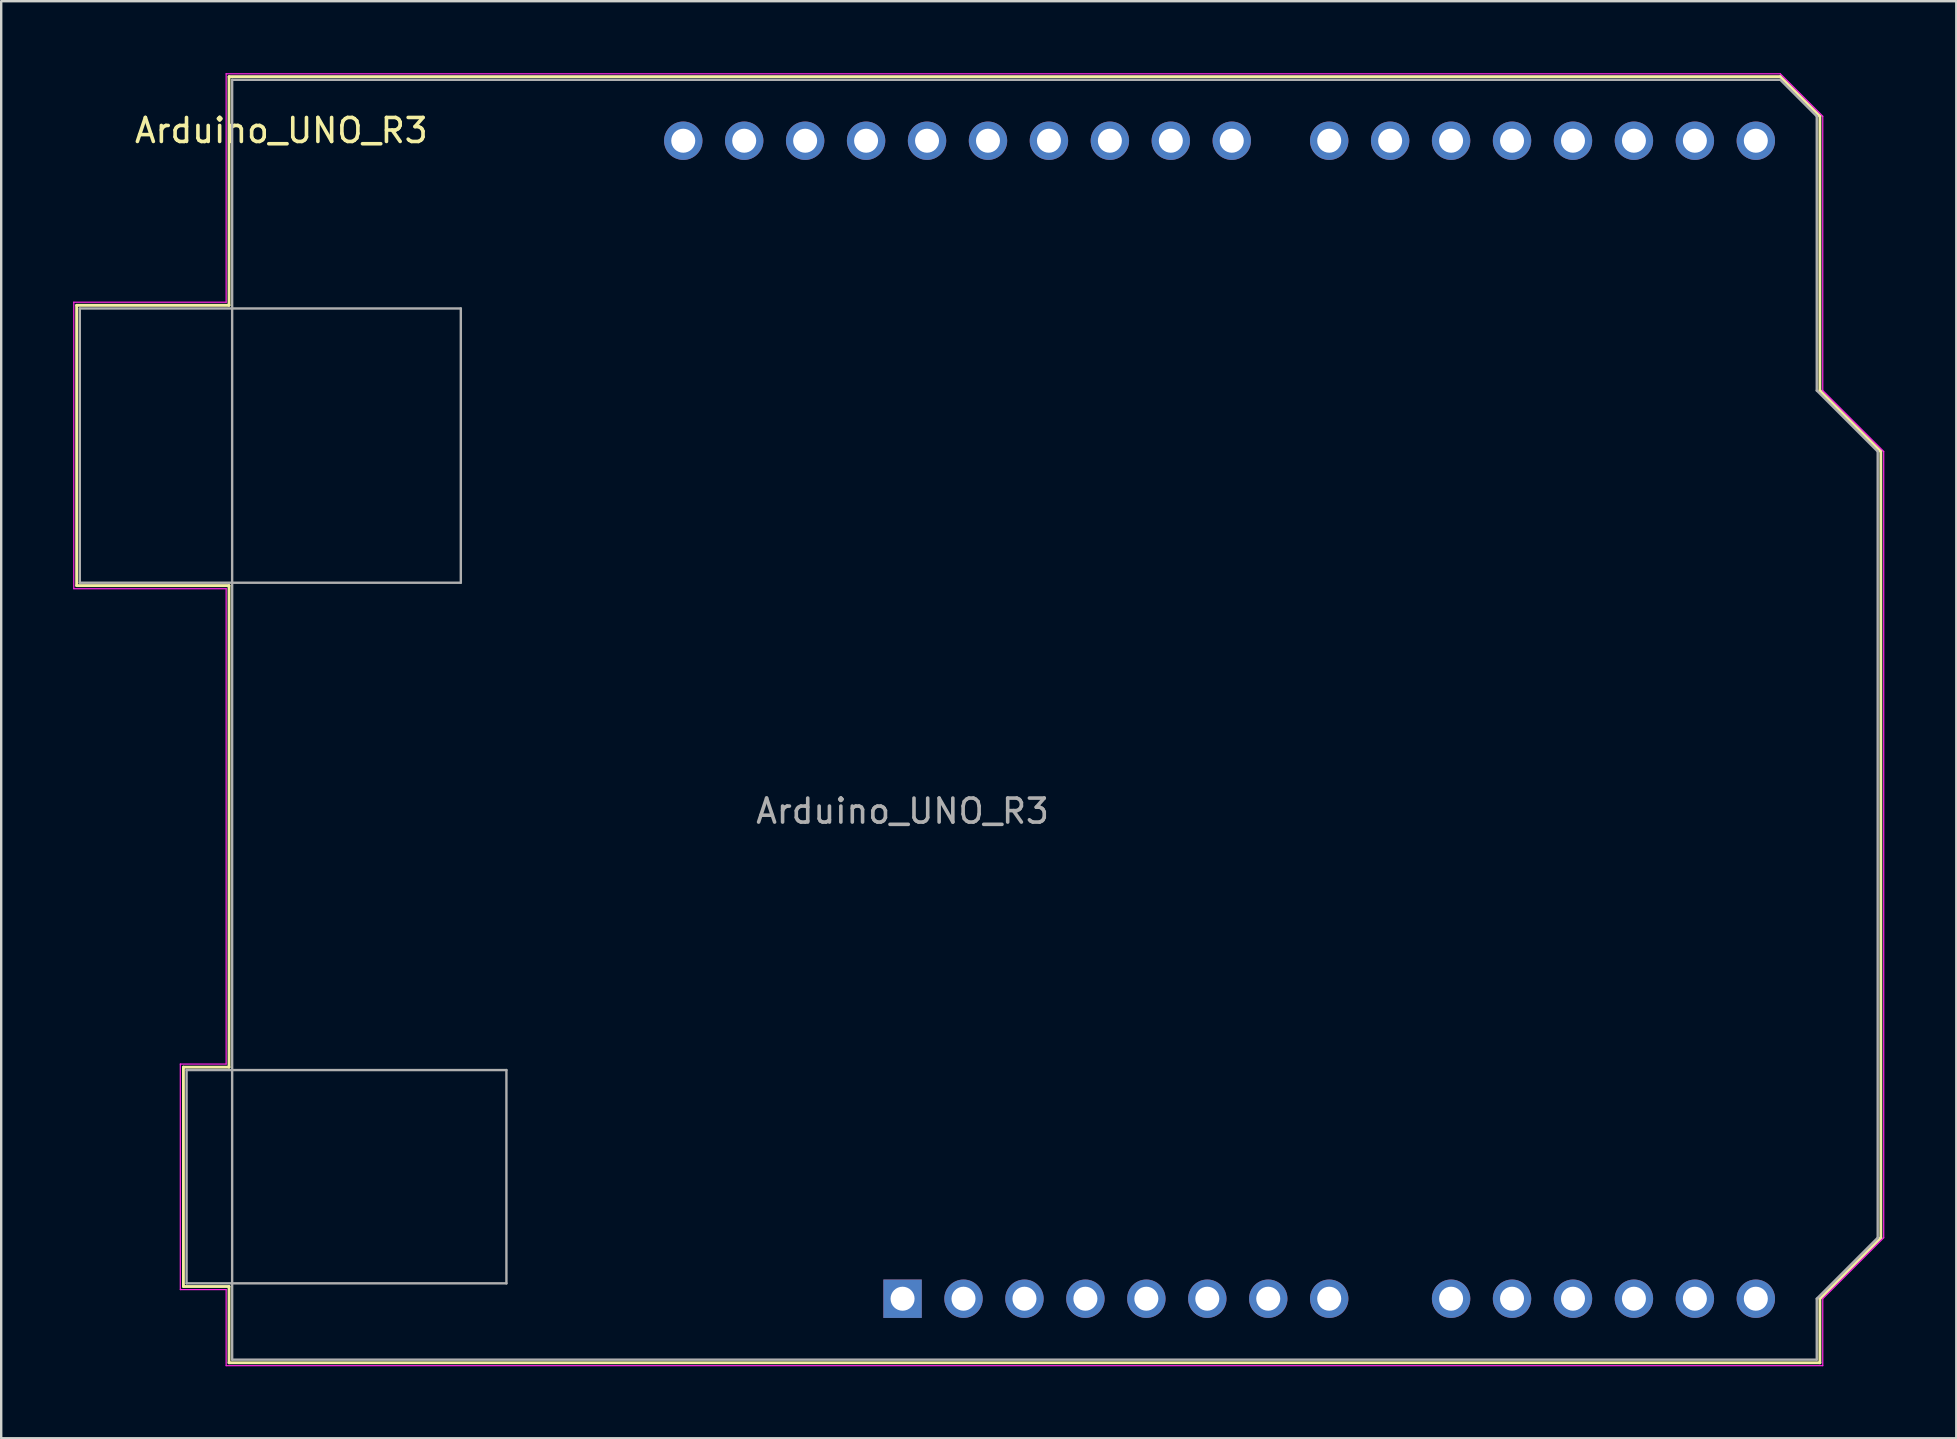
<source format=kicad_pcb>
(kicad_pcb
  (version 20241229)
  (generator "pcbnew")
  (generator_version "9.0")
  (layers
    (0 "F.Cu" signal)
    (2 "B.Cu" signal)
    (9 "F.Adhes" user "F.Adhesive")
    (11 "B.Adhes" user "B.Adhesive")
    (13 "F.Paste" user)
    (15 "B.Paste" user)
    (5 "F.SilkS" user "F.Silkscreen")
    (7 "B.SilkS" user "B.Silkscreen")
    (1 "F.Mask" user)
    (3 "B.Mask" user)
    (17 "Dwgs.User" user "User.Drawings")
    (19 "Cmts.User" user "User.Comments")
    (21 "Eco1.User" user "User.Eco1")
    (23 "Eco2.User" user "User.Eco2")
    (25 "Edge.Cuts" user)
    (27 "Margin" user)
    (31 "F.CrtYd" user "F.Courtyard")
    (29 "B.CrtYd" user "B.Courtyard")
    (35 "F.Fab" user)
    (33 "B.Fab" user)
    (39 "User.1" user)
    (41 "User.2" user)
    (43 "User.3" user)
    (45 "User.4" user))
  (footprint "Arduino_UNO_R3"
    (layer "F.Cu")
    (at 34.565 5.355)
    (property "Reference" "Arduino_UNO_R3" (at -25.89 -2.965 180) (layer "F.SilkS") (effects (font (size 1 1) (thickness 0.15))))
    (attr through_hole)
    (fp_line (start -34.42 4.32) (end -28.07 4.32) (stroke (width 0.12) (type solid)) (layer "F.SilkS"))
    (fp_line (start -34.42 16) (end -34.42 4.32) (stroke (width 0.12) (type solid)) (layer "F.SilkS"))
    (fp_line (start -29.97 36.07) (end -28.07 36.07) (stroke (width 0.12) (type solid)) (layer "F.SilkS"))
    (fp_line (start -29.97 45.21) (end -29.97 36.07) (stroke (width 0.12) (type solid)) (layer "F.SilkS"))
    (fp_line (start -28.07 -5.21) (end 36.58 -5.21) (stroke (width 0.12) (type solid)) (layer "F.SilkS"))
    (fp_line (start -28.07 4.32) (end -28.07 -5.21) (stroke (width 0.12) (type solid)) (layer "F.SilkS"))
    (fp_line (start -28.07 16) (end -34.42 16) (stroke (width 0.12) (type solid)) (layer "F.SilkS"))
    (fp_line (start -28.07 36.07) (end -28.07 16) (stroke (width 0.12) (type solid)) (layer "F.SilkS"))
    (fp_line (start -28.07 45.21) (end -29.97 45.21) (stroke (width 0.12) (type solid)) (layer "F.SilkS"))
    (fp_line (start -28.07 48.39) (end -28.07 45.21) (stroke (width 0.12) (type solid)) (layer "F.SilkS"))
    (fp_line (start 36.58 -5.21) (end 38.23 -3.56) (stroke (width 0.12) (type solid)) (layer "F.SilkS"))
    (fp_line (start 38.23 -3.56) (end 38.23 7.87) (stroke (width 0.12) (type solid)) (layer "F.SilkS"))
    (fp_line (start 38.23 7.87) (end 40.77 10.41) (stroke (width 0.12) (type solid)) (layer "F.SilkS"))
    (fp_line (start 38.23 45.72) (end 38.23 48.39) (stroke (width 0.12) (type solid)) (layer "F.SilkS"))
    (fp_line (start 38.23 48.39) (end -28.07 48.39) (stroke (width 0.12) (type solid)) (layer "F.SilkS"))
    (fp_line (start 40.77 10.41) (end 40.77 43.18) (stroke (width 0.12) (type solid)) (layer "F.SilkS"))
    (fp_line (start 40.77 43.18) (end 38.23 45.72) (stroke (width 0.12) (type solid)) (layer "F.SilkS"))
    (fp_line (start -34.54 4.19) (end -34.54 16.13) (stroke (width 0.05) (type solid)) (layer "F.CrtYd"))
    (fp_line (start -34.54 16.13) (end -28.19 16.13) (stroke (width 0.05) (type solid)) (layer "F.CrtYd"))
    (fp_line (start -30.1 35.94) (end -30.1 45.34) (stroke (width 0.05) (type solid)) (layer "F.CrtYd"))
    (fp_line (start -30.1 45.34) (end -28.19 45.34) (stroke (width 0.05) (type solid)) (layer "F.CrtYd"))
    (fp_line (start -28.19 -5.33) (end -28.19 4.19) (stroke (width 0.05) (type solid)) (layer "F.CrtYd"))
    (fp_line (start -28.19 4.19) (end -34.54 4.19) (stroke (width 0.05) (type solid)) (layer "F.CrtYd"))
    (fp_line (start -28.19 16.13) (end -28.19 35.94) (stroke (width 0.05) (type solid)) (layer "F.CrtYd"))
    (fp_line (start -28.19 35.94) (end -30.1 35.94) (stroke (width 0.05) (type solid)) (layer "F.CrtYd"))
    (fp_line (start -28.19 45.34) (end -28.19 48.51) (stroke (width 0.05) (type solid)) (layer "F.CrtYd"))
    (fp_line (start -28.19 48.51) (end 38.35 48.51) (stroke (width 0.05) (type solid)) (layer "F.CrtYd"))
    (fp_line (start 36.58 -5.33) (end -28.19 -5.33) (stroke (width 0.05) (type solid)) (layer "F.CrtYd"))
    (fp_line (start 38.35 -3.56) (end 36.58 -5.33) (stroke (width 0.05) (type solid)) (layer "F.CrtYd"))
    (fp_line (start 38.35 7.87) (end 38.35 -3.56) (stroke (width 0.05) (type solid)) (layer "F.CrtYd"))
    (fp_line (start 38.35 45.72) (end 40.89 43.18) (stroke (width 0.05) (type solid)) (layer "F.CrtYd"))
    (fp_line (start 38.35 48.51) (end 38.35 45.72) (stroke (width 0.05) (type solid)) (layer "F.CrtYd"))
    (fp_line (start 40.89 10.41) (end 38.35 7.87) (stroke (width 0.05) (type solid)) (layer "F.CrtYd"))
    (fp_line (start 40.89 43.18) (end 40.89 10.41) (stroke (width 0.05) (type solid)) (layer "F.CrtYd"))
    (fp_line (start -34.29 4.45) (end -34.29 15.88) (stroke (width 0.1) (type solid)) (layer "F.Fab"))
    (fp_line (start -34.29 15.88) (end -18.41 15.88) (stroke (width 0.1) (type solid)) (layer "F.Fab"))
    (fp_line (start -29.84 36.19) (end -29.84 45.08) (stroke (width 0.1) (type solid)) (layer "F.Fab"))
    (fp_line (start -29.84 45.08) (end -16.51 45.08) (stroke (width 0.1) (type solid)) (layer "F.Fab"))
    (fp_line (start -27.94 -5.08) (end -27.94 48.26) (stroke (width 0.1) (type solid)) (layer "F.Fab"))
    (fp_line (start -27.94 48.26) (end 38.1 48.26) (stroke (width 0.1) (type solid)) (layer "F.Fab"))
    (fp_line (start -18.41 4.45) (end -34.29 4.45) (stroke (width 0.1) (type solid)) (layer "F.Fab"))
    (fp_line (start -18.41 15.88) (end -18.41 4.45) (stroke (width 0.1) (type solid)) (layer "F.Fab"))
    (fp_line (start -16.51 36.19) (end -29.84 36.19) (stroke (width 0.1) (type solid)) (layer "F.Fab"))
    (fp_line (start -16.51 45.08) (end -16.51 36.19) (stroke (width 0.1) (type solid)) (layer "F.Fab"))
    (fp_line (start 36.58 -5.08) (end -27.94 -5.08) (stroke (width 0.1) (type solid)) (layer "F.Fab"))
    (fp_line (start 38.1 -3.56) (end 36.58 -5.08) (stroke (width 0.1) (type solid)) (layer "F.Fab"))
    (fp_line (start 38.1 7.87) (end 38.1 -3.56) (stroke (width 0.1) (type solid)) (layer "F.Fab"))
    (fp_line (start 38.1 45.72) (end 40.64 43.18) (stroke (width 0.1) (type solid)) (layer "F.Fab"))
    (fp_line (start 38.1 48.26) (end 38.1 45.72) (stroke (width 0.1) (type solid)) (layer "F.Fab"))
    (fp_line (start 40.64 10.41) (end 38.1 7.87) (stroke (width 0.1) (type solid)) (layer "F.Fab"))
    (fp_line (start 40.64 43.18) (end 40.64 10.41) (stroke (width 0.1) (type solid)) (layer "F.Fab"))
    (fp_text user "${REFERENCE}" (at 0 25.4 180) (layer "F.Fab") (effects (font (size 1 1) (thickness 0.15))))
    (pad "1" thru_hole rect (at 0 45.72 90) (size 1.6 1.6) (drill 1) (layers "*.Cu" "*.Mask"))
    (pad "2" thru_hole oval (at 2.54 45.72 90) (size 1.6 1.6) (drill 1) (layers "*.Cu" "*.Mask"))
    (pad "3" thru_hole oval (at 5.08 45.72 90) (size 1.6 1.6) (drill 1) (layers "*.Cu" "*.Mask"))
    (pad "4" thru_hole oval (at 7.62 45.72 90) (size 1.6 1.6) (drill 1) (layers "*.Cu" "*.Mask"))
    (pad "5" thru_hole oval (at 10.16 45.72 90) (size 1.6 1.6) (drill 1) (layers "*.Cu" "*.Mask"))
    (pad "6" thru_hole oval (at 12.7 45.72 90) (size 1.6 1.6) (drill 1) (layers "*.Cu" "*.Mask"))
    (pad "7" thru_hole oval (at 15.24 45.72 90) (size 1.6 1.6) (drill 1) (layers "*.Cu" "*.Mask"))
    (pad "8" thru_hole oval (at 17.78 45.72 90) (size 1.6 1.6) (drill 1) (layers "*.Cu" "*.Mask"))
    (pad "9" thru_hole oval (at 22.86 45.72 90) (size 1.6 1.6) (drill 1) (layers "*.Cu" "*.Mask"))
    (pad "10" thru_hole oval (at 25.4 45.72 90) (size 1.6 1.6) (drill 1) (layers "*.Cu" "*.Mask"))
    (pad "11" thru_hole oval (at 27.94 45.72 90) (size 1.6 1.6) (drill 1) (layers "*.Cu" "*.Mask"))
    (pad "12" thru_hole oval (at 30.48 45.72 90) (size 1.6 1.6) (drill 1) (layers "*.Cu" "*.Mask"))
    (pad "13" thru_hole oval (at 33.02 45.72 90) (size 1.6 1.6) (drill 1) (layers "*.Cu" "*.Mask"))
    (pad "14" thru_hole oval (at 35.56 45.72 90) (size 1.6 1.6) (drill 1) (layers "*.Cu" "*.Mask"))
    (pad "15" thru_hole oval (at 35.56 -2.54 90) (size 1.6 1.6) (drill 1) (layers "*.Cu" "*.Mask"))
    (pad "16" thru_hole oval (at 33.02 -2.54 90) (size 1.6 1.6) (drill 1) (layers "*.Cu" "*.Mask"))
    (pad "17" thru_hole oval (at 30.48 -2.54 90) (size 1.6 1.6) (drill 1) (layers "*.Cu" "*.Mask"))
    (pad "18" thru_hole oval (at 27.94 -2.54 90) (size 1.6 1.6) (drill 1) (layers "*.Cu" "*.Mask"))
    (pad "19" thru_hole oval (at 25.4 -2.54 90) (size 1.6 1.6) (drill 1) (layers "*.Cu" "*.Mask"))
    (pad "20" thru_hole oval (at 22.86 -2.54 90) (size 1.6 1.6) (drill 1) (layers "*.Cu" "*.Mask"))
    (pad "21" thru_hole oval (at 20.32 -2.54 90) (size 1.6 1.6) (drill 1) (layers "*.Cu" "*.Mask"))
    (pad "22" thru_hole oval (at 17.78 -2.54 90) (size 1.6 1.6) (drill 1) (layers "*.Cu" "*.Mask"))
    (pad "23" thru_hole oval (at 13.72 -2.54 90) (size 1.6 1.6) (drill 1) (layers "*.Cu" "*.Mask"))
    (pad "24" thru_hole oval (at 11.18 -2.54 90) (size 1.6 1.6) (drill 1) (layers "*.Cu" "*.Mask"))
    (pad "25" thru_hole oval (at 8.64 -2.54 90) (size 1.6 1.6) (drill 1) (layers "*.Cu" "*.Mask"))
    (pad "26" thru_hole oval (at 6.1 -2.54 90) (size 1.6 1.6) (drill 1) (layers "*.Cu" "*.Mask"))
    (pad "27" thru_hole oval (at 3.56 -2.54 90) (size 1.6 1.6) (drill 1) (layers "*.Cu" "*.Mask"))
    (pad "28" thru_hole oval (at 1.02 -2.54 90) (size 1.6 1.6) (drill 1) (layers "*.Cu" "*.Mask"))
    (pad "29" thru_hole oval (at -1.52 -2.54 90) (size 1.6 1.6) (drill 1) (layers "*.Cu" "*.Mask"))
    (pad "30" thru_hole oval (at -4.06 -2.54 90) (size 1.6 1.6) (drill 1) (layers "*.Cu" "*.Mask"))
    (pad "31" thru_hole oval (at -6.6 -2.54 90) (size 1.6 1.6) (drill 1) (layers "*.Cu" "*.Mask"))
    (pad "32" thru_hole oval (at -9.14 -2.54 90) (size 1.6 1.6) (drill 1) (layers "*.Cu" "*.Mask")))
  (gr_rect
    (start -3 -3)
    (end 78.48 56.89)
    (stroke (width 0.1) (type default))
    (fill no)
    (layer "Edge.Cuts")))
</source>
